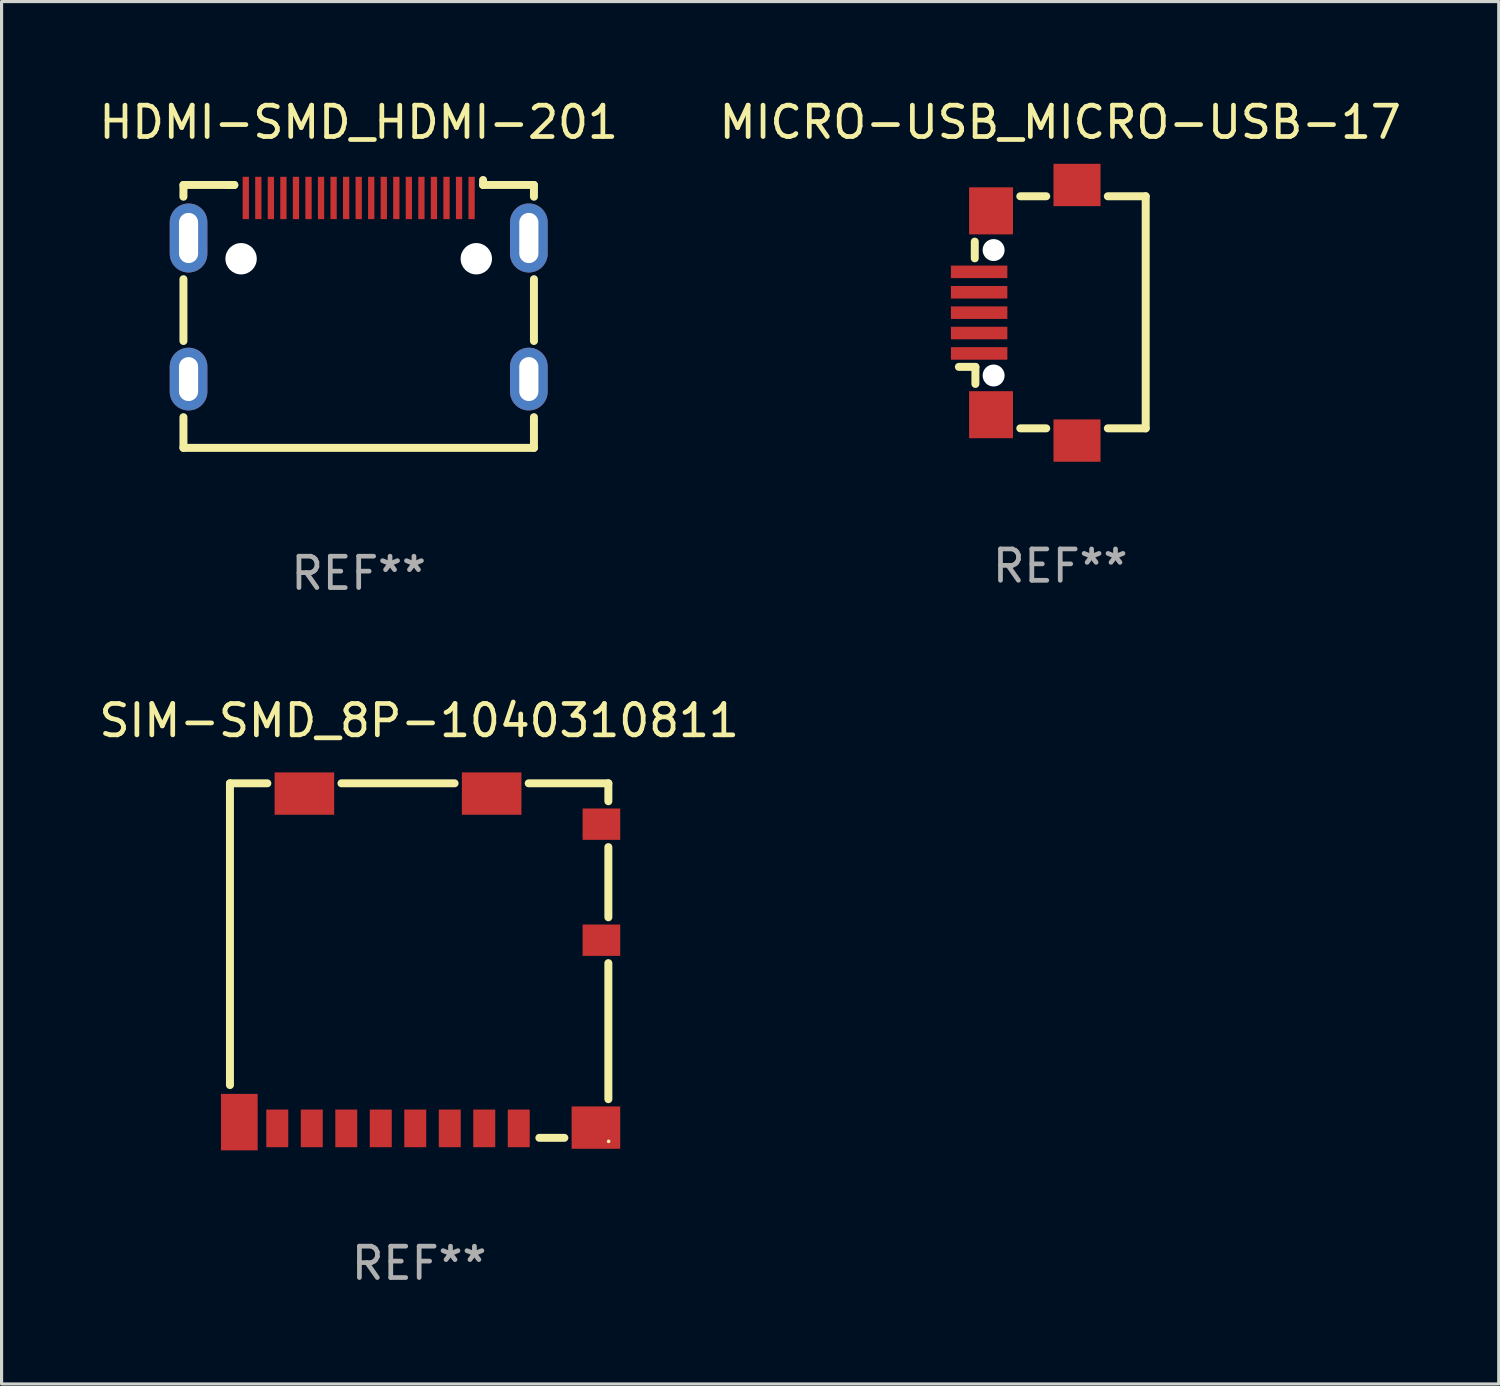
<source format=kicad_pcb>
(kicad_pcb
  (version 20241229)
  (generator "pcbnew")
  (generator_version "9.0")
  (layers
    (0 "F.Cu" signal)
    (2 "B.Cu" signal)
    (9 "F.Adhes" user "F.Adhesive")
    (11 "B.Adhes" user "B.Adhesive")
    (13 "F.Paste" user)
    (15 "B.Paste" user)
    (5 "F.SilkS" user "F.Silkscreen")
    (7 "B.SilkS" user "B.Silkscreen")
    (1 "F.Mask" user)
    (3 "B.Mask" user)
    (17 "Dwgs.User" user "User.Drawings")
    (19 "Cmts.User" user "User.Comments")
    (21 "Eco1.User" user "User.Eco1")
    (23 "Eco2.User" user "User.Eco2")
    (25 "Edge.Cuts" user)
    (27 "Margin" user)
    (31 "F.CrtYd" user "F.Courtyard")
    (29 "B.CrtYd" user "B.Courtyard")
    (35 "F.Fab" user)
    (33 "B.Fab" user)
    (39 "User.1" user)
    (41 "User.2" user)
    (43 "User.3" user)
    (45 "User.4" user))
  (footprint "SIM-SMD_8P-1040310811"
    (layer "F.Cu")
    (at 10.315 27.578)
    (property "Reference" "SIM-SMD_8P-1040310811" (at 0 -7.652 0) (layer "F.SilkS") (effects (font (size 1 1) (thickness 0.15))))
    (attr through_hole)
    (fp_line (start -6.033 -5.652) (end -4.84 -5.652) (stroke (width 0.254) (type solid)) (layer "F.SilkS"))
    (fp_line (start -6.033 3.97) (end -6.033 -5.652) (stroke (width 0.254) (type solid)) (layer "F.SilkS"))
    (fp_line (start -2.478 -5.652) (end 1.13 -5.652) (stroke (width 0.254) (type solid)) (layer "F.SilkS"))
    (fp_line (start 3.492 -5.652) (end 6.033 -5.652) (stroke (width 0.254) (type solid)) (layer "F.SilkS"))
    (fp_line (start 3.832 5.652) (end 4.63 5.652) (stroke (width 0.254) (type solid)) (layer "F.SilkS"))
    (fp_line (start 6.033 -5.652) (end 6.033 -5.08) (stroke (width 0.254) (type solid)) (layer "F.SilkS"))
    (fp_line (start 6.033 -3.618) (end 6.033 -1.38) (stroke (width 0.254) (type solid)) (layer "F.SilkS"))
    (fp_line (start 6.033 0.082) (end 6.033 4.42) (stroke (width 0.254) (type solid)) (layer "F.SilkS"))
    (fp_circle (center 6.041 5.764) (end 6.071 5.764) (stroke (width 0.06) (type solid)) (fill no) (layer "F.SilkS"))
    (fp_text user "REF**" (at 0 9.652 0) (layer "F.Fab") (effects (font (size 1 1) (thickness 0.15))))
    (pad "1" smd rect (at 3.176 5.351) (size 0.7 1.2) (layers "F.Cu" "F.Mask" "F.Paste"))
    (pad "2" smd rect (at 2.076 5.351) (size 0.7 1.2) (layers "F.Cu" "F.Mask" "F.Paste"))
    (pad "3" smd rect (at 0.976 5.351) (size 0.7 1.2) (layers "F.Cu" "F.Mask" "F.Paste"))
    (pad "4" smd rect (at -0.124 5.351) (size 0.7 1.2) (layers "F.Cu" "F.Mask" "F.Paste"))
    (pad "5" smd rect (at -1.224 5.351) (size 0.7 1.2) (layers "F.Cu" "F.Mask" "F.Paste"))
    (pad "6" smd rect (at -2.324 5.351) (size 0.7 1.2) (layers "F.Cu" "F.Mask" "F.Paste"))
    (pad "7" smd rect (at -3.424 5.351) (size 0.7 1.2) (layers "F.Cu" "F.Mask" "F.Paste"))
    (pad "8" smd rect (at -4.524 5.351) (size 0.7 1.2) (layers "F.Cu" "F.Mask" "F.Paste"))
    (pad "9" smd rect (at -5.734 5.151) (size 1.17 1.8) (layers "F.Cu" "F.Mask" "F.Paste"))
    (pad "10" smd rect (at 5.636 5.326) (size 1.55 1.35) (layers "F.Cu" "F.Mask" "F.Paste"))
    (pad "11" smd rect (at 5.811 -0.649) (size 1.2 1) (layers "F.Cu" "F.Mask" "F.Paste"))
    (pad "12" smd rect (at 5.811 -4.349) (size 1.2 1) (layers "F.Cu" "F.Mask" "F.Paste"))
    (pad "13" smd rect (at 2.311 -5.324) (size 1.9 1.35) (layers "F.Cu" "F.Mask" "F.Paste"))
    (pad "14" smd rect (at -3.659 -5.324) (size 1.9 1.35) (layers "F.Cu" "F.Mask" "F.Paste")))
  (footprint "MICRO-USB_MICRO-USB-17"
    (layer "F.Cu")
    (at 30.756 6.923)
    (property "Reference" "MICRO-USB_MICRO-USB-17" (at 0 -6.075 0) (layer "F.SilkS") (effects (font (size 1 1) (thickness 0.15))))
    (attr through_hole)
    (fp_line (start -2.725 -2.269) (end -2.725 -1.736) (stroke (width 0.254) (type solid)) (layer "F.SilkS"))
    (fp_line (start -2.705 1.725) (end -3.232 1.725) (stroke (width 0.254) (type solid)) (layer "F.SilkS"))
    (fp_line (start -2.705 1.727) (end -2.705 2.269) (stroke (width 0.254) (type solid)) (layer "F.SilkS"))
    (fp_line (start -0.446 -3.715) (end -1.274 -3.715) (stroke (width 0.254) (type solid)) (layer "F.SilkS"))
    (fp_line (start -0.446 3.685) (end -1.274 3.685) (stroke (width 0.254) (type solid)) (layer "F.SilkS"))
    (fp_line (start 2.725 -3.715) (end 1.517 -3.715) (stroke (width 0.254) (type solid)) (layer "F.SilkS"))
    (fp_line (start 2.725 -3.715) (end 2.725 3.685) (stroke (width 0.254) (type solid)) (layer "F.SilkS"))
    (fp_line (start 2.725 3.685) (end 1.517 3.685) (stroke (width 0.254) (type solid)) (layer "F.SilkS"))
    (fp_circle (center -2.124 -2) (end -2.011 -2) (stroke (width 0.225) (type solid)) (fill no) (layer "F.Fab"))
    (fp_circle (center -2.124 2) (end -2.011 2) (stroke (width 0.225) (type solid)) (fill no) (layer "F.Fab"))
    (fp_text user "REF**" (at 0 8.075 0) (layer "F.Fab") (effects (font (size 1 1) (thickness 0.15))))
    (pad "" np_thru_hole circle (at -2.124 -2) (size 0.7 0.7) (drill 0.7) (layers "*.Cu" "*.Mask"))
    (pad "" np_thru_hole circle (at -2.124 2) (size 0.7 0.7) (drill 0.7) (layers "*.Cu" "*.Mask"))
    (pad "1" smd rect (at -2.586 1.296) (size 1.8 0.4) (layers "F.Cu" "F.Mask" "F.Paste"))
    (pad "2" smd rect (at -2.586 0.646) (size 1.8 0.4) (layers "F.Cu" "F.Mask" "F.Paste"))
    (pad "3" smd rect (at -2.586 -0.004) (size 1.8 0.4) (layers "F.Cu" "F.Mask" "F.Paste"))
    (pad "4" smd rect (at -2.586 -0.654) (size 1.8 0.4) (layers "F.Cu" "F.Mask" "F.Paste"))
    (pad "5" smd rect (at -2.586 -1.305) (size 1.8 0.4) (layers "F.Cu" "F.Mask" "F.Paste"))
    (pad "6" smd rect (at -2.206 -3.25 270) (size 1.5 1.4) (layers "F.Cu" "F.Mask" "F.Paste"))
    (pad "6" smd rect (at -2.206 3.25 270) (size 1.5 1.4) (layers "F.Cu" "F.Mask" "F.Paste"))
    (pad "6" smd rect (at 0.535 -4.075) (size 1.5 1.35) (layers "F.Cu" "F.Mask" "F.Paste"))
    (pad "6" smd rect (at 0.535 4.075) (size 1.5 1.35) (layers "F.Cu" "F.Mask" "F.Paste")))
  (footprint "HDMI-SMD_HDMI-201"
    (layer "F.Cu")
    (at 8.387 7.039)
    (property "Reference" "HDMI-SMD_HDMI-201" (at 0 -6.191 0) (layer "F.SilkS") (effects (font (size 1 1) (thickness 0.15))))
    (attr through_hole)
    (fp_line (start -5.588 -4.191) (end -5.588 -3.816) (stroke (width 0.254) (type solid)) (layer "F.SilkS"))
    (fp_line (start -5.588 -1.187) (end -5.588 0.784) (stroke (width 0.254) (type solid)) (layer "F.SilkS"))
    (fp_line (start -5.588 3.213) (end -5.588 4.191) (stroke (width 0.254) (type solid)) (layer "F.SilkS"))
    (fp_line (start -5.588 4.191) (end 5.588 4.191) (stroke (width 0.254) (type solid)) (layer "F.SilkS"))
    (fp_line (start -3.966 -4.191) (end -5.588 -4.191) (stroke (width 0.254) (type solid)) (layer "F.SilkS"))
    (fp_line (start -3.966 -4.191) (end -4.191 -4.191) (stroke (width 0.254) (type solid)) (layer "F.SilkS"))
    (fp_line (start 3.966 -4.191) (end 3.966 -4.35) (stroke (width 0.254) (type solid)) (layer "F.SilkS"))
    (fp_line (start 5.588 -4.191) (end 3.966 -4.191) (stroke (width 0.254) (type solid)) (layer "F.SilkS"))
    (fp_line (start 5.588 -3.816) (end 5.588 -4.191) (stroke (width 0.254) (type solid)) (layer "F.SilkS"))
    (fp_line (start 5.588 0.784) (end 5.588 -1.187) (stroke (width 0.254) (type solid)) (layer "F.SilkS"))
    (fp_line (start 5.588 4.191) (end 5.588 3.213) (stroke (width 0.254) (type solid)) (layer "F.SilkS"))
    (fp_circle (center -3.75 -1.839) (end -3.55 -1.839) (stroke (width 0.4) (type solid)) (fill no) (layer "F.Fab"))
    (fp_circle (center 3.75 -1.839) (end 3.95 -1.839) (stroke (width 0.4) (type solid)) (fill no) (layer "F.Fab"))
    (fp_text user "REF**" (at 0 8.191 0) (layer "F.Fab") (effects (font (size 1 1) (thickness 0.15))))
    (pad "" np_thru_hole circle (at -3.75 -1.839) (size 1 1) (drill 1) (layers "*.Cu" "*.Mask"))
    (pad "" np_thru_hole circle (at 3.75 -1.839) (size 1 1) (drill 1) (layers "*.Cu" "*.Mask"))
    (pad "1" smd rect (at 3.6 -3.777) (size 0.2 1.35) (layers "F.Cu" "F.Mask" "F.Paste"))
    (pad "2" smd rect (at 3.2 -3.777) (size 0.2 1.35) (layers "F.Cu" "F.Mask" "F.Paste"))
    (pad "3" smd rect (at 2.8 -3.777) (size 0.2 1.35) (layers "F.Cu" "F.Mask" "F.Paste"))
    (pad "4" smd rect (at 2.4 -3.777) (size 0.2 1.35) (layers "F.Cu" "F.Mask" "F.Paste"))
    (pad "5" smd rect (at 2 -3.777) (size 0.2 1.35) (layers "F.Cu" "F.Mask" "F.Paste"))
    (pad "6" smd rect (at 1.6 -3.777) (size 0.2 1.35) (layers "F.Cu" "F.Mask" "F.Paste"))
    (pad "7" smd rect (at 1.2 -3.777) (size 0.2 1.35) (layers "F.Cu" "F.Mask" "F.Paste"))
    (pad "8" smd rect (at 0.8 -3.777) (size 0.2 1.35) (layers "F.Cu" "F.Mask" "F.Paste"))
    (pad "9" smd rect (at 0.4 -3.777) (size 0.2 1.35) (layers "F.Cu" "F.Mask" "F.Paste"))
    (pad "10" smd rect (at 0.000051 -3.777) (size 0.2 1.35) (layers "F.Cu" "F.Mask" "F.Paste"))
    (pad "11" smd rect (at -0.4 -3.777) (size 0.2 1.35) (layers "F.Cu" "F.Mask" "F.Paste"))
    (pad "12" smd rect (at -0.8 -3.777) (size 0.2 1.35) (layers "F.Cu" "F.Mask" "F.Paste"))
    (pad "13" smd rect (at -1.2 -3.777) (size 0.2 1.35) (layers "F.Cu" "F.Mask" "F.Paste"))
    (pad "14" smd rect (at -1.6 -3.777) (size 0.2 1.35) (layers "F.Cu" "F.Mask" "F.Paste"))
    (pad "15" smd rect (at -2 -3.777) (size 0.2 1.35) (layers "F.Cu" "F.Mask" "F.Paste"))
    (pad "16" smd rect (at -2.4 -3.777) (size 0.2 1.35) (layers "F.Cu" "F.Mask" "F.Paste"))
    (pad "17" smd rect (at -2.8 -3.777) (size 0.2 1.35) (layers "F.Cu" "F.Mask" "F.Paste"))
    (pad "18" smd rect (at -3.2 -3.777) (size 0.2 1.35) (layers "F.Cu" "F.Mask" "F.Paste"))
    (pad "19" smd rect (at -3.6 -3.777) (size 0.2 1.35) (layers "F.Cu" "F.Mask" "F.Paste"))
    (pad "SH" thru_hole oval (at -5.425 -2.501) (size 1.2 2.2) (drill oval 0.61 1.6) (layers "*.Cu" "*.Mask"))
    (pad "SH" thru_hole oval (at -5.425 1.998) (size 1.2 2) (drill oval 0.61 1.4) (layers "*.Cu" "*.Mask"))
    (pad "SH" thru_hole oval (at 5.425 -2.501) (size 1.2 2.2) (drill oval 0.61 1.6) (layers "*.Cu" "*.Mask"))
    (pad "SH" thru_hole oval (at 5.425 1.998) (size 1.2 2) (drill oval 0.61 1.4) (layers "*.Cu" "*.Mask")))
  (gr_rect
    (start -3 -3)
    (end 44.738 41.078)
    (stroke (width 0.1) (type default))
    (fill no)
    (layer "Edge.Cuts")))
</source>
